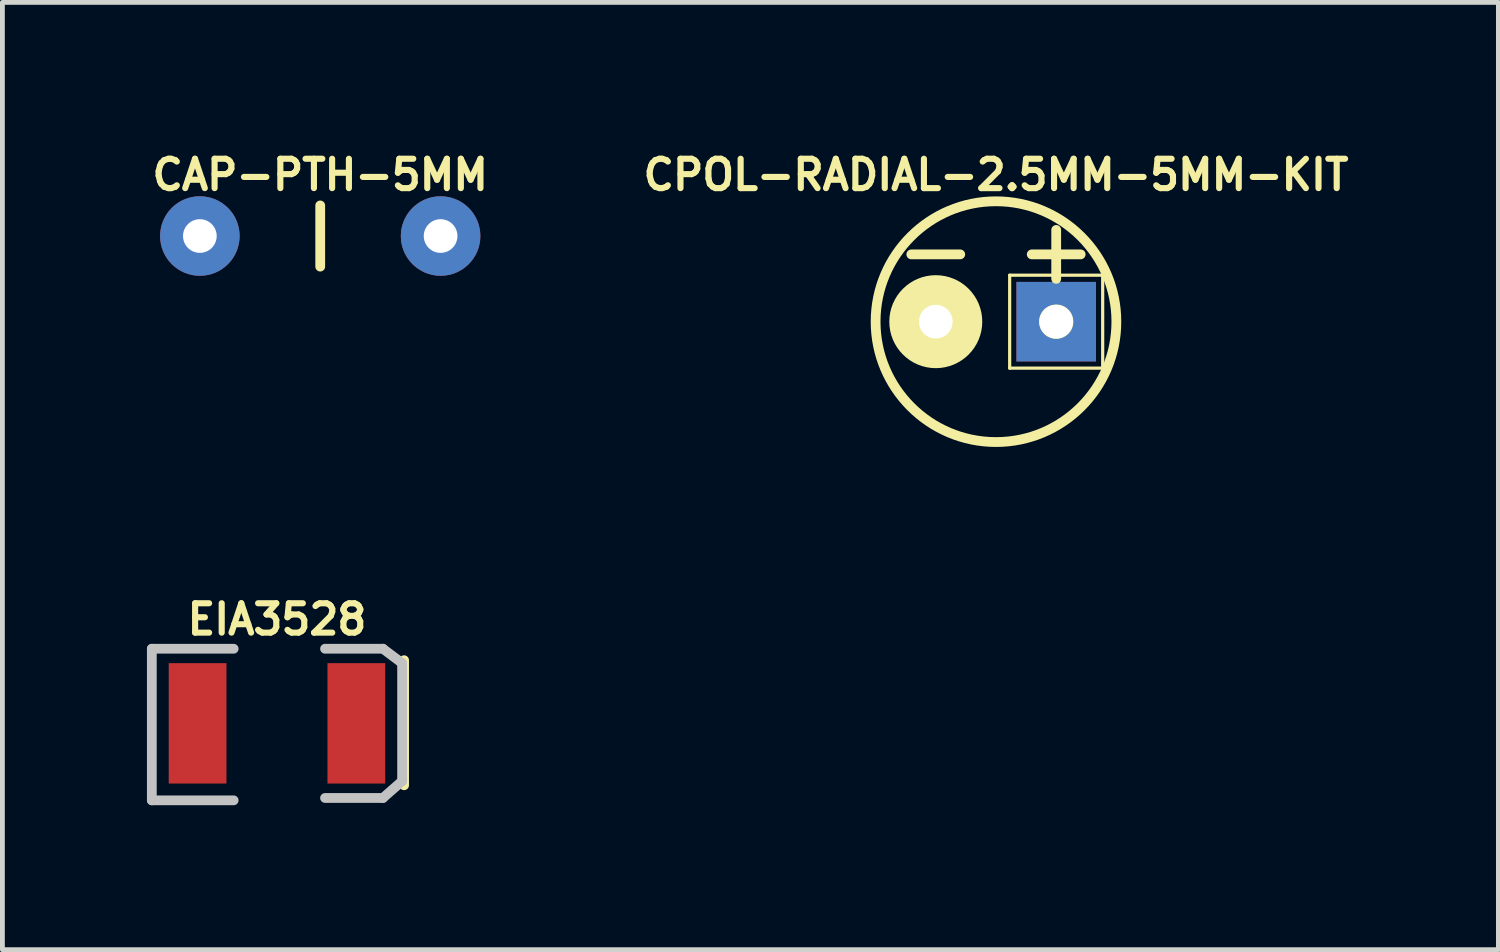
<source format=kicad_pcb>
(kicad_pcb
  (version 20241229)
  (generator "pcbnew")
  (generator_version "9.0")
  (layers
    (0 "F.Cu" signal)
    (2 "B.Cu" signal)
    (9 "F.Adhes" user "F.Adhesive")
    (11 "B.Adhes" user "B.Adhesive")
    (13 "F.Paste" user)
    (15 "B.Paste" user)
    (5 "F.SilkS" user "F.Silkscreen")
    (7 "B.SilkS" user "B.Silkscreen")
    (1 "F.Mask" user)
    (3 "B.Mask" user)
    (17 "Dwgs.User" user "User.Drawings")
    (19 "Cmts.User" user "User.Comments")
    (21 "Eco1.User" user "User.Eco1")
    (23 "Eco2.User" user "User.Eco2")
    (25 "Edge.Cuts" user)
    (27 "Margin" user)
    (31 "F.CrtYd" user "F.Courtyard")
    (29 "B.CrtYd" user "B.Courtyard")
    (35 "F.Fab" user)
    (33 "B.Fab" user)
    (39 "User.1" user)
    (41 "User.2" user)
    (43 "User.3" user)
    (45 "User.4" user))
  (footprint "CAP-PTH-5MM"
    (layer "F.Cu")
    (at 3.598 1.85)
    (property "Reference" "CAP-PTH-5MM" (at 0 -1.27 0) (layer "F.SilkS") (effects (font (size 0.61 0.61) (thickness 0.127))))
    (attr exclude_from_pos_files exclude_from_bom)
    (fp_line (start 0 -0.635) (end 0 0.635) (stroke (width 0.203) (type solid)) (layer "F.SilkS"))
    (pad "1" thru_hole circle (at -2.499 0) (size 1.651 1.651) (drill 0.699) (layers "*.Cu" "*.Mask"))
    (pad "2" thru_hole circle (at 2.499 0) (size 1.651 1.651) (drill 0.699) (layers "*.Cu" "*.Mask")))
  (footprint "CPOL-RADIAL-2.5MM-5MM-KIT"
    (layer "F.Cu")
    (at 17.627 3.628)
    (property "Reference" "CPOL-RADIAL-2.5MM-5MM-KIT" (at 0 -3.048 0) (layer "F.SilkS") (effects (font (size 0.61 0.61) (thickness 0.127))))
    (attr exclude_from_pos_files exclude_from_bom)
    (fp_line (start -0.742 -1.397) (end -1.758 -1.397) (stroke (width 0.203) (type solid)) (layer "F.SilkS"))
    (fp_line (start 0.284 -0.965) (end 2.215 -0.965) (stroke (width 0.066) (type solid)) (layer "F.SilkS"))
    (fp_line (start 0.284 0.965) (end 0.284 -0.965) (stroke (width 0.066) (type solid)) (layer "F.SilkS"))
    (fp_line (start 0.284 0.965) (end 2.215 0.965) (stroke (width 0.066) (type solid)) (layer "F.SilkS"))
    (fp_line (start 1.25 -1.905) (end 1.25 -0.889) (stroke (width 0.203) (type solid)) (layer "F.SilkS"))
    (fp_line (start 1.758 -1.397) (end 0.742 -1.397) (stroke (width 0.203) (type solid)) (layer "F.SilkS"))
    (fp_line (start 2.215 0.965) (end 2.215 -0.965) (stroke (width 0.066) (type solid)) (layer "F.SilkS"))
    (fp_circle (center -1.25 0) (end -1.25 -0.965) (stroke (width 0) (type solid)) (fill yes) (layer "F.SilkS"))
    (fp_circle (center -1.25 0) (end -1.25 -0.356) (stroke (width 0) (type solid)) (fill yes) (layer "F.SilkS"))
    (fp_circle (center 0 0) (end 0 -2.499) (stroke (width 0.203) (type solid)) (fill no) (layer "F.SilkS"))
    (fp_circle (center 1.25 0) (end 1.25 -0.356) (stroke (width 0) (type solid)) (fill yes) (layer "F.SilkS"))
    (pad "1" thru_hole rect (at 1.25 0) (size 1.651 1.651) (drill 0.699) (layers "*.Cu" "*.Mask"))
    (pad "2" thru_hole circle (at -1.25 0) (size 1.651 1.651) (drill 0.699) (layers "*.Cu" "*.Mask")))
  (footprint "EIA3528"
    (layer "F.Cu")
    (at 2.7 11.967)
    (property "Reference" "EIA3528" (at 0 -2.159 0) (layer "F.SilkS") (effects (font (size 0.61 0.61) (thickness 0.127))))
    (attr smd)
    (fp_line (start 2.639 -1.311) (end 2.639 1.285) (stroke (width 0.203) (type solid)) (layer "F.SilkS"))
    (fp_line (start -2.598 -1.549) (end -0.899 -1.549) (stroke (width 0.203) (type solid)) (layer "Dwgs.User"))
    (fp_line (start -2.598 1.598) (end -2.598 -1.549) (stroke (width 0.203) (type solid)) (layer "Dwgs.User"))
    (fp_line (start -0.899 1.598) (end -2.598 1.598) (stroke (width 0.203) (type solid)) (layer "Dwgs.User"))
    (fp_line (start 0.998 1.549) (end 2.2 1.549) (stroke (width 0.203) (type solid)) (layer "Dwgs.User"))
    (fp_line (start 2.2 -1.549) (end 0.998 -1.549) (stroke (width 0.203) (type solid)) (layer "Dwgs.User"))
    (fp_line (start 2.2 1.549) (end 2.598 1.199) (stroke (width 0.203) (type solid)) (layer "Dwgs.User"))
    (fp_line (start 2.598 -1.25) (end 2.2 -1.549) (stroke (width 0.203) (type solid)) (layer "Dwgs.User"))
    (fp_line (start 2.598 1.199) (end 2.598 -1.25) (stroke (width 0.203) (type solid)) (layer "Dwgs.User"))
    (pad "A" smd rect (at 1.648 0 90) (size 2.499 1.199) (layers "F.Cu" "F.Mask" "F.Paste"))
    (pad "C" smd rect (at -1.648 0 90) (size 2.499 1.199) (layers "F.Cu" "F.Mask" "F.Paste")))
  (gr_rect
    (start -3 -3)
    (end 28.057 16.666)
    (stroke (width 0.1) (type default))
    (fill no)
    (layer "Edge.Cuts")))
</source>
